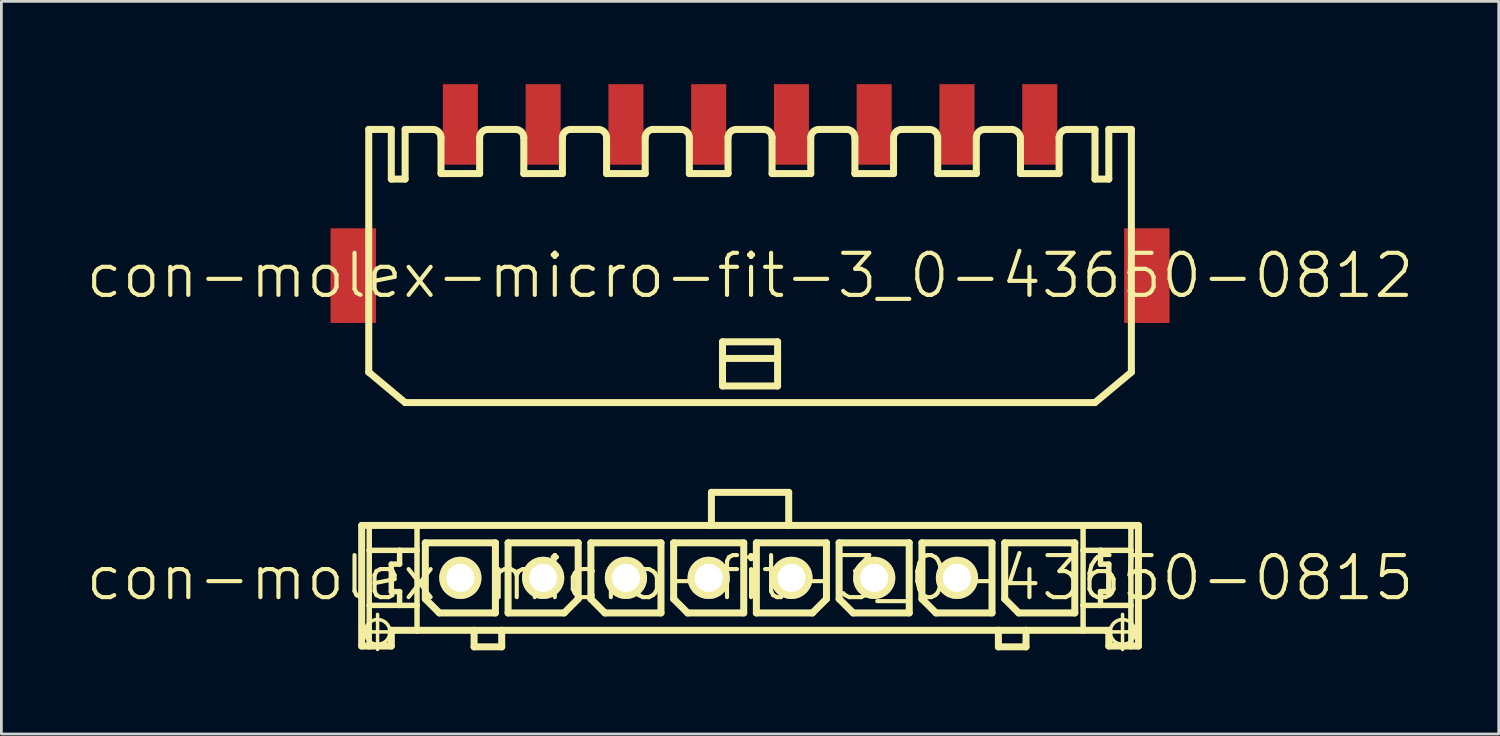
<source format=kicad_pcb>
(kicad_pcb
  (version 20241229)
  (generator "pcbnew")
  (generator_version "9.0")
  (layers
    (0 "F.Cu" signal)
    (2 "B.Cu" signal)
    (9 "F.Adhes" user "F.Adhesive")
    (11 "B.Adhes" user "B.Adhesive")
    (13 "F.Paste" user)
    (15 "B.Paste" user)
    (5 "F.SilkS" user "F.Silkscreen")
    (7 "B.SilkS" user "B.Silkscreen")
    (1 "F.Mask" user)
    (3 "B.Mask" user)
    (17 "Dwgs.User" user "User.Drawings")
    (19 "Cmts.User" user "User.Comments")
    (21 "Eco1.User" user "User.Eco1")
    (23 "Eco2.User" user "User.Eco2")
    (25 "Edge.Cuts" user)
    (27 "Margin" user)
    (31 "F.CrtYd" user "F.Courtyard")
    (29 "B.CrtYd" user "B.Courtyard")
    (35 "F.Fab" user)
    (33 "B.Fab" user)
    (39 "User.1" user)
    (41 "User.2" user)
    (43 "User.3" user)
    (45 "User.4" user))
  (footprint "con-molex-micro-fit-3_0-43650-0815"
    (layer "F.Cu")
    (at 24.13 17.891)
    (property "Reference" "con-molex-micro-fit-3_0-43650-0815" (at 0 0 0) (layer "F.SilkS") (effects (font (size 1.524 1.524) (thickness 0.15))))
    (attr exclude_from_pos_files exclude_from_bom)
    (fp_line (start -14.133 1.958) (end -12.863 1.958) (stroke (width 0.127) (type solid)) (layer "F.SilkS"))
    (fp_line (start -14.074 -1.9) (end -13.8 -1.9) (stroke (width 0.254) (type solid)) (layer "F.SilkS"))
    (fp_line (start -14.074 2.469) (end -14.074 -1.9) (stroke (width 0.254) (type solid)) (layer "F.SilkS"))
    (fp_line (start -13.8 -1.9) (end -12.068 -1.9) (stroke (width 0.254) (type solid)) (layer "F.SilkS"))
    (fp_line (start -13.8 -0.998) (end -13.8 -1.9) (stroke (width 0.198) (type solid)) (layer "F.SilkS"))
    (fp_line (start -13.8 0.998) (end -13.8 -0.998) (stroke (width 0.198) (type solid)) (layer "F.SilkS"))
    (fp_line (start -13.8 2.469) (end -14.074 2.469) (stroke (width 0.254) (type solid)) (layer "F.SilkS"))
    (fp_line (start -13.8 2.469) (end -13.8 0.998) (stroke (width 0.198) (type solid)) (layer "F.SilkS"))
    (fp_line (start -13.498 2.593) (end -13.498 1.323) (stroke (width 0.127) (type solid)) (layer "F.SilkS"))
    (fp_line (start -13 -0.498) (end -13 0.498) (stroke (width 0.198) (type solid)) (layer "F.SilkS"))
    (fp_line (start -13 0.498) (end -12.7 0.498) (stroke (width 0.198) (type solid)) (layer "F.SilkS"))
    (fp_line (start -13 1.9) (end -13 2.469) (stroke (width 0.254) (type solid)) (layer "F.SilkS"))
    (fp_line (start -13 2.469) (end -13.8 2.469) (stroke (width 0.254) (type solid)) (layer "F.SilkS"))
    (fp_line (start -12.7 -0.998) (end -13.8 -0.998) (stroke (width 0.198) (type solid)) (layer "F.SilkS"))
    (fp_line (start -12.7 -0.998) (end -12.7 -0.498) (stroke (width 0.198) (type solid)) (layer "F.SilkS"))
    (fp_line (start -12.7 -0.498) (end -13 -0.498) (stroke (width 0.198) (type solid)) (layer "F.SilkS"))
    (fp_line (start -12.7 0.498) (end -12.7 0.998) (stroke (width 0.198) (type solid)) (layer "F.SilkS"))
    (fp_line (start -12.7 0.998) (end -13.8 0.998) (stroke (width 0.198) (type solid)) (layer "F.SilkS"))
    (fp_line (start -12.068 -1.9) (end -1.4 -1.9) (stroke (width 0.254) (type solid)) (layer "F.SilkS"))
    (fp_line (start -12.068 -0.998) (end -12.7 -0.998) (stroke (width 0.198) (type solid)) (layer "F.SilkS"))
    (fp_line (start -12.068 -0.998) (end -12.068 -1.9) (stroke (width 0.198) (type solid)) (layer "F.SilkS"))
    (fp_line (start -12.068 0.998) (end -12.7 0.998) (stroke (width 0.198) (type solid)) (layer "F.SilkS"))
    (fp_line (start -12.068 0.998) (end -12.068 -0.998) (stroke (width 0.198) (type solid)) (layer "F.SilkS"))
    (fp_line (start -12.068 1.9) (end -13 1.9) (stroke (width 0.254) (type solid)) (layer "F.SilkS"))
    (fp_line (start -12.068 1.9) (end -12.068 0.998) (stroke (width 0.198) (type solid)) (layer "F.SilkS"))
    (fp_line (start -11.768 -1.27) (end -9.228 -1.27) (stroke (width 0.254) (type solid)) (layer "F.SilkS"))
    (fp_line (start -11.768 0.762) (end -11.768 -1.27) (stroke (width 0.254) (type solid)) (layer "F.SilkS"))
    (fp_line (start -11.26 1.27) (end -11.768 0.762) (stroke (width 0.254) (type solid)) (layer "F.SilkS"))
    (fp_line (start -10 1.9) (end -12.068 1.9) (stroke (width 0.254) (type solid)) (layer "F.SilkS"))
    (fp_line (start -10 1.9) (end -10 2.499) (stroke (width 0.254) (type solid)) (layer "F.SilkS"))
    (fp_line (start -10 2.499) (end -8.999 2.499) (stroke (width 0.254) (type solid)) (layer "F.SilkS"))
    (fp_line (start -9.228 -1.27) (end -9.228 1.27) (stroke (width 0.254) (type solid)) (layer "F.SilkS"))
    (fp_line (start -9.228 1.27) (end -11.26 1.27) (stroke (width 0.254) (type solid)) (layer "F.SilkS"))
    (fp_line (start -8.999 1.9) (end -10 1.9) (stroke (width 0.254) (type solid)) (layer "F.SilkS"))
    (fp_line (start -8.999 2.499) (end -8.999 1.9) (stroke (width 0.254) (type solid)) (layer "F.SilkS"))
    (fp_line (start -8.768 -1.27) (end -6.228 -1.27) (stroke (width 0.254) (type solid)) (layer "F.SilkS"))
    (fp_line (start -8.768 1.27) (end -8.768 -1.27) (stroke (width 0.254) (type solid)) (layer "F.SilkS"))
    (fp_line (start -6.736 1.27) (end -8.768 1.27) (stroke (width 0.254) (type solid)) (layer "F.SilkS"))
    (fp_line (start -6.228 -1.27) (end -6.228 0.762) (stroke (width 0.254) (type solid)) (layer "F.SilkS"))
    (fp_line (start -6.228 0.762) (end -6.736 1.27) (stroke (width 0.254) (type solid)) (layer "F.SilkS"))
    (fp_line (start -5.768 -1.27) (end -3.228 -1.27) (stroke (width 0.254) (type solid)) (layer "F.SilkS"))
    (fp_line (start -5.768 0.762) (end -5.768 -1.27) (stroke (width 0.254) (type solid)) (layer "F.SilkS"))
    (fp_line (start -5.26 1.27) (end -5.768 0.762) (stroke (width 0.254) (type solid)) (layer "F.SilkS"))
    (fp_line (start -3.228 -1.27) (end -3.228 1.27) (stroke (width 0.254) (type solid)) (layer "F.SilkS"))
    (fp_line (start -3.228 1.27) (end -5.26 1.27) (stroke (width 0.254) (type solid)) (layer "F.SilkS"))
    (fp_line (start -2.769 -1.27) (end -0.229 -1.27) (stroke (width 0.254) (type solid)) (layer "F.SilkS"))
    (fp_line (start -2.769 0.762) (end -2.769 -1.27) (stroke (width 0.254) (type solid)) (layer "F.SilkS"))
    (fp_line (start -2.261 1.27) (end -2.769 0.762) (stroke (width 0.254) (type solid)) (layer "F.SilkS"))
    (fp_line (start -1.4 -3.099) (end -1.4 -1.9) (stroke (width 0.254) (type solid)) (layer "F.SilkS"))
    (fp_line (start -1.4 -3.099) (end 1.4 -3.099) (stroke (width 0.254) (type solid)) (layer "F.SilkS"))
    (fp_line (start -1.4 -1.9) (end 1.4 -1.9) (stroke (width 0.254) (type solid)) (layer "F.SilkS"))
    (fp_line (start -0.229 -1.27) (end -0.229 1.27) (stroke (width 0.254) (type solid)) (layer "F.SilkS"))
    (fp_line (start -0.229 1.27) (end -2.261 1.27) (stroke (width 0.254) (type solid)) (layer "F.SilkS"))
    (fp_line (start 0.229 -1.27) (end 2.769 -1.27) (stroke (width 0.254) (type solid)) (layer "F.SilkS"))
    (fp_line (start 0.229 1.27) (end 0.229 -1.27) (stroke (width 0.254) (type solid)) (layer "F.SilkS"))
    (fp_line (start 1.4 -3.099) (end 1.4 -1.9) (stroke (width 0.254) (type solid)) (layer "F.SilkS"))
    (fp_line (start 1.4 -1.9) (end 12.068 -1.9) (stroke (width 0.254) (type solid)) (layer "F.SilkS"))
    (fp_line (start 2.261 1.27) (end 0.229 1.27) (stroke (width 0.254) (type solid)) (layer "F.SilkS"))
    (fp_line (start 2.769 -1.27) (end 2.769 0.762) (stroke (width 0.254) (type solid)) (layer "F.SilkS"))
    (fp_line (start 2.769 0.762) (end 2.261 1.27) (stroke (width 0.254) (type solid)) (layer "F.SilkS"))
    (fp_line (start 3.228 -1.27) (end 5.768 -1.27) (stroke (width 0.254) (type solid)) (layer "F.SilkS"))
    (fp_line (start 3.228 0.762) (end 3.228 -1.27) (stroke (width 0.254) (type solid)) (layer "F.SilkS"))
    (fp_line (start 3.736 1.27) (end 3.228 0.762) (stroke (width 0.254) (type solid)) (layer "F.SilkS"))
    (fp_line (start 5.768 -1.27) (end 5.768 1.27) (stroke (width 0.254) (type solid)) (layer "F.SilkS"))
    (fp_line (start 5.768 1.27) (end 3.736 1.27) (stroke (width 0.254) (type solid)) (layer "F.SilkS"))
    (fp_line (start 6.228 -1.27) (end 8.768 -1.27) (stroke (width 0.254) (type solid)) (layer "F.SilkS"))
    (fp_line (start 6.228 0.762) (end 6.228 -1.27) (stroke (width 0.254) (type solid)) (layer "F.SilkS"))
    (fp_line (start 6.736 1.27) (end 6.228 0.762) (stroke (width 0.254) (type solid)) (layer "F.SilkS"))
    (fp_line (start 8.768 -1.27) (end 8.768 1.27) (stroke (width 0.254) (type solid)) (layer "F.SilkS"))
    (fp_line (start 8.768 1.27) (end 6.736 1.27) (stroke (width 0.254) (type solid)) (layer "F.SilkS"))
    (fp_line (start 8.999 1.9) (end -8.999 1.9) (stroke (width 0.254) (type solid)) (layer "F.SilkS"))
    (fp_line (start 8.999 1.9) (end 8.999 2.499) (stroke (width 0.254) (type solid)) (layer "F.SilkS"))
    (fp_line (start 8.999 2.499) (end 10 2.499) (stroke (width 0.254) (type solid)) (layer "F.SilkS"))
    (fp_line (start 9.228 -1.27) (end 11.768 -1.27) (stroke (width 0.254) (type solid)) (layer "F.SilkS"))
    (fp_line (start 9.228 0.762) (end 9.228 -1.27) (stroke (width 0.254) (type solid)) (layer "F.SilkS"))
    (fp_line (start 9.736 1.27) (end 9.228 0.762) (stroke (width 0.254) (type solid)) (layer "F.SilkS"))
    (fp_line (start 10 1.9) (end 8.999 1.9) (stroke (width 0.254) (type solid)) (layer "F.SilkS"))
    (fp_line (start 10 2.499) (end 10 1.9) (stroke (width 0.254) (type solid)) (layer "F.SilkS"))
    (fp_line (start 11.768 -1.27) (end 11.768 1.27) (stroke (width 0.254) (type solid)) (layer "F.SilkS"))
    (fp_line (start 11.768 1.27) (end 9.736 1.27) (stroke (width 0.254) (type solid)) (layer "F.SilkS"))
    (fp_line (start 12.068 -1.9) (end 12.068 -0.998) (stroke (width 0.198) (type solid)) (layer "F.SilkS"))
    (fp_line (start 12.068 -1.9) (end 13.8 -1.9) (stroke (width 0.254) (type solid)) (layer "F.SilkS"))
    (fp_line (start 12.068 -0.998) (end 12.068 0.998) (stroke (width 0.198) (type solid)) (layer "F.SilkS"))
    (fp_line (start 12.068 -0.998) (end 12.7 -0.998) (stroke (width 0.198) (type solid)) (layer "F.SilkS"))
    (fp_line (start 12.068 0.998) (end 12.068 1.9) (stroke (width 0.198) (type solid)) (layer "F.SilkS"))
    (fp_line (start 12.068 0.998) (end 12.7 0.998) (stroke (width 0.198) (type solid)) (layer "F.SilkS"))
    (fp_line (start 12.068 1.9) (end 10 1.9) (stroke (width 0.254) (type solid)) (layer "F.SilkS"))
    (fp_line (start 12.7 -0.998) (end 12.7 -0.498) (stroke (width 0.198) (type solid)) (layer "F.SilkS"))
    (fp_line (start 12.7 -0.998) (end 13.8 -0.998) (stroke (width 0.198) (type solid)) (layer "F.SilkS"))
    (fp_line (start 12.7 -0.498) (end 13 -0.498) (stroke (width 0.198) (type solid)) (layer "F.SilkS"))
    (fp_line (start 12.7 0.498) (end 12.7 0.998) (stroke (width 0.198) (type solid)) (layer "F.SilkS"))
    (fp_line (start 12.7 0.998) (end 13.8 0.998) (stroke (width 0.198) (type solid)) (layer "F.SilkS"))
    (fp_line (start 12.863 1.958) (end 14.133 1.958) (stroke (width 0.127) (type solid)) (layer "F.SilkS"))
    (fp_line (start 13 -0.498) (end 13 0.498) (stroke (width 0.198) (type solid)) (layer "F.SilkS"))
    (fp_line (start 13 0.498) (end 12.7 0.498) (stroke (width 0.198) (type solid)) (layer "F.SilkS"))
    (fp_line (start 13 1.9) (end 12.068 1.9) (stroke (width 0.254) (type solid)) (layer "F.SilkS"))
    (fp_line (start 13 2.469) (end 13 1.9) (stroke (width 0.254) (type solid)) (layer "F.SilkS"))
    (fp_line (start 13 2.469) (end 13.8 2.469) (stroke (width 0.254) (type solid)) (layer "F.SilkS"))
    (fp_line (start 13.498 2.593) (end 13.498 1.323) (stroke (width 0.127) (type solid)) (layer "F.SilkS"))
    (fp_line (start 13.8 -1.9) (end 14.074 -1.9) (stroke (width 0.254) (type solid)) (layer "F.SilkS"))
    (fp_line (start 13.8 -0.998) (end 13.8 -1.9) (stroke (width 0.198) (type solid)) (layer "F.SilkS"))
    (fp_line (start 13.8 0.998) (end 13.8 -0.998) (stroke (width 0.198) (type solid)) (layer "F.SilkS"))
    (fp_line (start 13.8 2.469) (end 13.8 0.998) (stroke (width 0.198) (type solid)) (layer "F.SilkS"))
    (fp_line (start 13.8 2.469) (end 14.074 2.469) (stroke (width 0.254) (type solid)) (layer "F.SilkS"))
    (fp_line (start 14.074 -1.9) (end 14.074 2.469) (stroke (width 0.254) (type solid)) (layer "F.SilkS"))
    (fp_circle (center -13.498 1.958) (end -13.815 2.276) (stroke (width 0.127) (type solid)) (fill no) (layer "F.SilkS"))
    (fp_circle (center 13.498 1.958) (end 13.815 2.276) (stroke (width 0.127) (type solid)) (fill no) (layer "F.SilkS"))
    (pad "P$1" thru_hole rect (at 10.498 0) (size 0.001 0.001) (drill 1.019) (layers "*.Cu" "F.Mask" "F.SilkS" "F.Paste"))
    (pad "P$2" thru_hole circle (at 7.498 0) (size 1.529 1.529) (drill 1.019) (layers "*.Cu" "F.Mask" "F.SilkS" "F.Paste"))
    (pad "P$3" thru_hole circle (at 4.498 0) (size 1.529 1.529) (drill 1.019) (layers "*.Cu" "F.Mask" "F.SilkS" "F.Paste"))
    (pad "P$4" thru_hole circle (at 1.499 0) (size 1.529 1.529) (drill 1.019) (layers "*.Cu" "F.Mask" "F.SilkS" "F.Paste"))
    (pad "P$5" thru_hole circle (at -1.499 0) (size 1.529 1.529) (drill 1.019) (layers "*.Cu" "F.Mask" "F.SilkS" "F.Paste"))
    (pad "P$6" thru_hole circle (at -4.498 0) (size 1.529 1.529) (drill 1.019) (layers "*.Cu" "F.Mask" "F.SilkS" "F.Paste"))
    (pad "P$7" thru_hole circle (at -7.498 0) (size 1.529 1.529) (drill 1.019) (layers "*.Cu" "F.Mask" "F.SilkS" "F.Paste"))
    (pad "P$8" thru_hole circle (at -10.498 0) (size 1.529 1.529) (drill 1.019) (layers "*.Cu" "F.Mask" "F.SilkS" "F.Paste")))
  (footprint "con-molex-micro-fit-3_0-43650-0812"
    (layer "F.Cu")
    (at 24.13 6.938)
    (property "Reference" "con-molex-micro-fit-3_0-43650-0812" (at 0 0 0) (layer "F.SilkS") (effects (font (size 1.524 1.524) (thickness 0.15))))
    (attr smd)
    (fp_line (start -13.818 -5.298) (end -13 -5.298) (stroke (width 0.254) (type solid)) (layer "F.SilkS"))
    (fp_line (start -13.818 3.498) (end -13.818 -5.298) (stroke (width 0.254) (type solid)) (layer "F.SilkS"))
    (fp_line (start -13.818 3.498) (end -12.499 4.6) (stroke (width 0.254) (type solid)) (layer "F.SilkS"))
    (fp_line (start -13 -5.298) (end -13 -3.498) (stroke (width 0.254) (type solid)) (layer "F.SilkS"))
    (fp_line (start -13 -3.498) (end -12.499 -3.498) (stroke (width 0.254) (type solid)) (layer "F.SilkS"))
    (fp_line (start -12.499 -5.298) (end -11.499 -5.298) (stroke (width 0.254) (type solid)) (layer "F.SilkS"))
    (fp_line (start -12.499 -3.498) (end -12.499 -5.298) (stroke (width 0.254) (type solid)) (layer "F.SilkS"))
    (fp_line (start -11.199 -3.698) (end -11.199 -4.999) (stroke (width 0.254) (type solid)) (layer "F.SilkS"))
    (fp_line (start -11.199 -3.698) (end -9.799 -3.698) (stroke (width 0.254) (type solid)) (layer "F.SilkS"))
    (fp_line (start -9.799 -3.698) (end -9.799 -4.999) (stroke (width 0.254) (type solid)) (layer "F.SilkS"))
    (fp_line (start -9.5 -5.298) (end -8.499 -5.298) (stroke (width 0.254) (type solid)) (layer "F.SilkS"))
    (fp_line (start -8.199 -3.698) (end -8.199 -4.999) (stroke (width 0.254) (type solid)) (layer "F.SilkS"))
    (fp_line (start -8.199 -3.698) (end -6.8 -3.698) (stroke (width 0.254) (type solid)) (layer "F.SilkS"))
    (fp_line (start -6.8 -3.698) (end -6.8 -4.999) (stroke (width 0.254) (type solid)) (layer "F.SilkS"))
    (fp_line (start -6.5 -5.298) (end -5.499 -5.298) (stroke (width 0.254) (type solid)) (layer "F.SilkS"))
    (fp_line (start -5.199 -3.698) (end -5.199 -4.999) (stroke (width 0.254) (type solid)) (layer "F.SilkS"))
    (fp_line (start -5.199 -3.698) (end -3.8 -3.698) (stroke (width 0.254) (type solid)) (layer "F.SilkS"))
    (fp_line (start -3.8 -3.698) (end -3.8 -4.999) (stroke (width 0.254) (type solid)) (layer "F.SilkS"))
    (fp_line (start -3.498 -5.298) (end -2.499 -5.298) (stroke (width 0.254) (type solid)) (layer "F.SilkS"))
    (fp_line (start -2.2 -3.698) (end -2.2 -4.999) (stroke (width 0.254) (type solid)) (layer "F.SilkS"))
    (fp_line (start -2.2 -3.698) (end -0.798 -3.698) (stroke (width 0.254) (type solid)) (layer "F.SilkS"))
    (fp_line (start -0.998 2.398) (end 0.998 2.398) (stroke (width 0.254) (type solid)) (layer "F.SilkS"))
    (fp_line (start -0.998 3) (end -0.998 2.398) (stroke (width 0.254) (type solid)) (layer "F.SilkS"))
    (fp_line (start -0.998 3) (end 0.998 3) (stroke (width 0.254) (type solid)) (layer "F.SilkS"))
    (fp_line (start -0.998 3.998) (end -0.998 3) (stroke (width 0.254) (type solid)) (layer "F.SilkS"))
    (fp_line (start -0.798 -3.698) (end -0.798 -4.999) (stroke (width 0.254) (type solid)) (layer "F.SilkS"))
    (fp_line (start -0.498 -5.298) (end 0.498 -5.298) (stroke (width 0.254) (type solid)) (layer "F.SilkS"))
    (fp_line (start 0.798 -3.698) (end 0.798 -4.999) (stroke (width 0.254) (type solid)) (layer "F.SilkS"))
    (fp_line (start 0.798 -3.698) (end 2.2 -3.698) (stroke (width 0.254) (type solid)) (layer "F.SilkS"))
    (fp_line (start 0.998 2.398) (end 0.998 3) (stroke (width 0.254) (type solid)) (layer "F.SilkS"))
    (fp_line (start 0.998 3) (end 0.998 3.998) (stroke (width 0.254) (type solid)) (layer "F.SilkS"))
    (fp_line (start 0.998 3.998) (end -0.998 3.998) (stroke (width 0.254) (type solid)) (layer "F.SilkS"))
    (fp_line (start 2.2 -3.698) (end 2.2 -4.999) (stroke (width 0.254) (type solid)) (layer "F.SilkS"))
    (fp_line (start 2.499 -5.298) (end 3.498 -5.298) (stroke (width 0.254) (type solid)) (layer "F.SilkS"))
    (fp_line (start 3.8 -3.698) (end 3.8 -4.999) (stroke (width 0.254) (type solid)) (layer "F.SilkS"))
    (fp_line (start 3.8 -3.698) (end 5.199 -3.698) (stroke (width 0.254) (type solid)) (layer "F.SilkS"))
    (fp_line (start 5.199 -3.698) (end 5.199 -4.999) (stroke (width 0.254) (type solid)) (layer "F.SilkS"))
    (fp_line (start 5.499 -5.298) (end 6.5 -5.298) (stroke (width 0.254) (type solid)) (layer "F.SilkS"))
    (fp_line (start 6.8 -3.698) (end 6.8 -4.999) (stroke (width 0.254) (type solid)) (layer "F.SilkS"))
    (fp_line (start 6.8 -3.698) (end 8.199 -3.698) (stroke (width 0.254) (type solid)) (layer "F.SilkS"))
    (fp_line (start 8.199 -3.698) (end 8.199 -4.999) (stroke (width 0.254) (type solid)) (layer "F.SilkS"))
    (fp_line (start 8.499 -5.298) (end 9.5 -5.298) (stroke (width 0.254) (type solid)) (layer "F.SilkS"))
    (fp_line (start 9.799 -4.999) (end 9.799 -3.698) (stroke (width 0.254) (type solid)) (layer "F.SilkS"))
    (fp_line (start 9.799 -3.698) (end 11.199 -3.698) (stroke (width 0.254) (type solid)) (layer "F.SilkS"))
    (fp_line (start 11.199 -3.698) (end 11.199 -4.999) (stroke (width 0.254) (type solid)) (layer "F.SilkS"))
    (fp_line (start 11.499 -5.298) (end 12.499 -5.298) (stroke (width 0.254) (type solid)) (layer "F.SilkS"))
    (fp_line (start 12.499 -3.498) (end 12.499 -5.298) (stroke (width 0.254) (type solid)) (layer "F.SilkS"))
    (fp_line (start 12.499 4.6) (end -12.499 4.6) (stroke (width 0.254) (type solid)) (layer "F.SilkS"))
    (fp_line (start 13 -5.298) (end 13 -3.498) (stroke (width 0.254) (type solid)) (layer "F.SilkS"))
    (fp_line (start 13 -5.298) (end 13.818 -5.298) (stroke (width 0.254) (type solid)) (layer "F.SilkS"))
    (fp_line (start 13 -3.498) (end 12.499 -3.498) (stroke (width 0.254) (type solid)) (layer "F.SilkS"))
    (fp_line (start 13.818 -5.298) (end 13.818 3.498) (stroke (width 0.254) (type solid)) (layer "F.SilkS"))
    (fp_line (start 13.818 3.498) (end 12.499 4.6) (stroke (width 0.254) (type solid)) (layer "F.SilkS"))
    (fp_arc (start -11.49858 -5.29844) (mid -11.286646 -5.210654) (end -11.19886 -4.99872) (stroke (width 0.254) (type solid)) (layer "F.SilkS"))
    (fp_arc (start -9.79932 -4.99872) (mid -9.711534 -5.210654) (end -9.4996 -5.29844) (stroke (width 0.254) (type solid)) (layer "F.SilkS"))
    (fp_arc (start -8.49884 -5.29844) (mid -8.286906 -5.210654) (end -8.19912 -4.99872) (stroke (width 0.254) (type solid)) (layer "F.SilkS"))
    (fp_arc (start -6.79958 -4.99872) (mid -6.711794 -5.210654) (end -6.49986 -5.29844) (stroke (width 0.254) (type solid)) (layer "F.SilkS"))
    (fp_arc (start -5.4991 -5.29844) (mid -5.287166 -5.210654) (end -5.19938 -4.99872) (stroke (width 0.254) (type solid)) (layer "F.SilkS"))
    (fp_arc (start -3.79984 -4.99872) (mid -3.71131 -5.21245) (end -3.49758 -5.30098) (stroke (width 0.254) (type solid)) (layer "F.SilkS"))
    (fp_arc (start -2.49936 -5.29844) (mid -2.287426 -5.210654) (end -2.19964 -4.99872) (stroke (width 0.254) (type solid)) (layer "F.SilkS"))
    (fp_arc (start -0.79756 -4.99872) (mid -0.709774 -5.210654) (end -0.49784 -5.29844) (stroke (width 0.254) (type solid)) (layer "F.SilkS"))
    (fp_arc (start 0.49784 -5.29844) (mid 0.709774 -5.210654) (end 0.79756 -4.99872) (stroke (width 0.254) (type solid)) (layer "F.SilkS"))
    (fp_arc (start 2.19964 -4.99872) (mid 2.287426 -5.210654) (end 2.49936 -5.29844) (stroke (width 0.254) (type solid)) (layer "F.SilkS"))
    (fp_arc (start 3.49758 -5.29844) (mid 3.709514 -5.210654) (end 3.7973 -4.99872) (stroke (width 0.254) (type solid)) (layer "F.SilkS"))
    (fp_arc (start 5.19938 -4.99872) (mid 5.287166 -5.210654) (end 5.4991 -5.29844) (stroke (width 0.254) (type solid)) (layer "F.SilkS"))
    (fp_arc (start 6.49986 -5.29844) (mid 6.711794 -5.210654) (end 6.79958 -4.99872) (stroke (width 0.254) (type solid)) (layer "F.SilkS"))
    (fp_arc (start 8.19912 -4.99872) (mid 8.286906 -5.210654) (end 8.49884 -5.29844) (stroke (width 0.254) (type solid)) (layer "F.SilkS"))
    (fp_arc (start 9.4996 -5.29844) (mid 9.699665 -5.197943) (end 9.799489 -4.997541) (stroke (width 0.254) (type solid)) (layer "F.SilkS"))
    (fp_arc (start 11.19886 -4.99872) (mid 11.286646 -5.210654) (end 11.49858 -5.29844) (stroke (width 0.254) (type solid)) (layer "F.SilkS"))
    (pad "P$1" smd rect (at 10.498 -5.479) (size 1.27 2.918) (layers "F.Cu" "F.Mask" "F.Paste"))
    (pad "P$2" smd rect (at 7.498 -5.479) (size 1.27 2.918) (layers "F.Cu" "F.Mask" "F.Paste"))
    (pad "P$3" smd rect (at 4.498 -5.479) (size 1.27 2.918) (layers "F.Cu" "F.Mask" "F.Paste"))
    (pad "P$4" smd rect (at 1.499 -5.479) (size 1.27 2.918) (layers "F.Cu" "F.Mask" "F.Paste"))
    (pad "P$5" smd rect (at -1.499 -5.479) (size 1.27 2.918) (layers "F.Cu" "F.Mask" "F.Paste"))
    (pad "P$6" smd rect (at -4.498 -5.479) (size 1.27 2.918) (layers "F.Cu" "F.Mask" "F.Paste"))
    (pad "P$7" smd rect (at -7.498 -5.479) (size 1.27 2.918) (layers "F.Cu" "F.Mask" "F.Paste"))
    (pad "P$8" smd rect (at -10.498 -5.479) (size 1.27 2.918) (layers "F.Cu" "F.Mask" "F.Paste"))
    (pad "TAB1" smd rect (at 14.379 0) (size 1.648 3.429) (layers "F.Cu" "F.Mask" "F.Paste"))
    (pad "TAB2" smd rect (at -14.379 0) (size 1.648 3.429) (layers "F.Cu" "F.Mask" "F.Paste")))
  (gr_rect
    (start -3 -3)
    (end 51.26 23.548)
    (stroke (width 0.1) (type default))
    (fill no)
    (layer "Edge.Cuts")))
</source>
